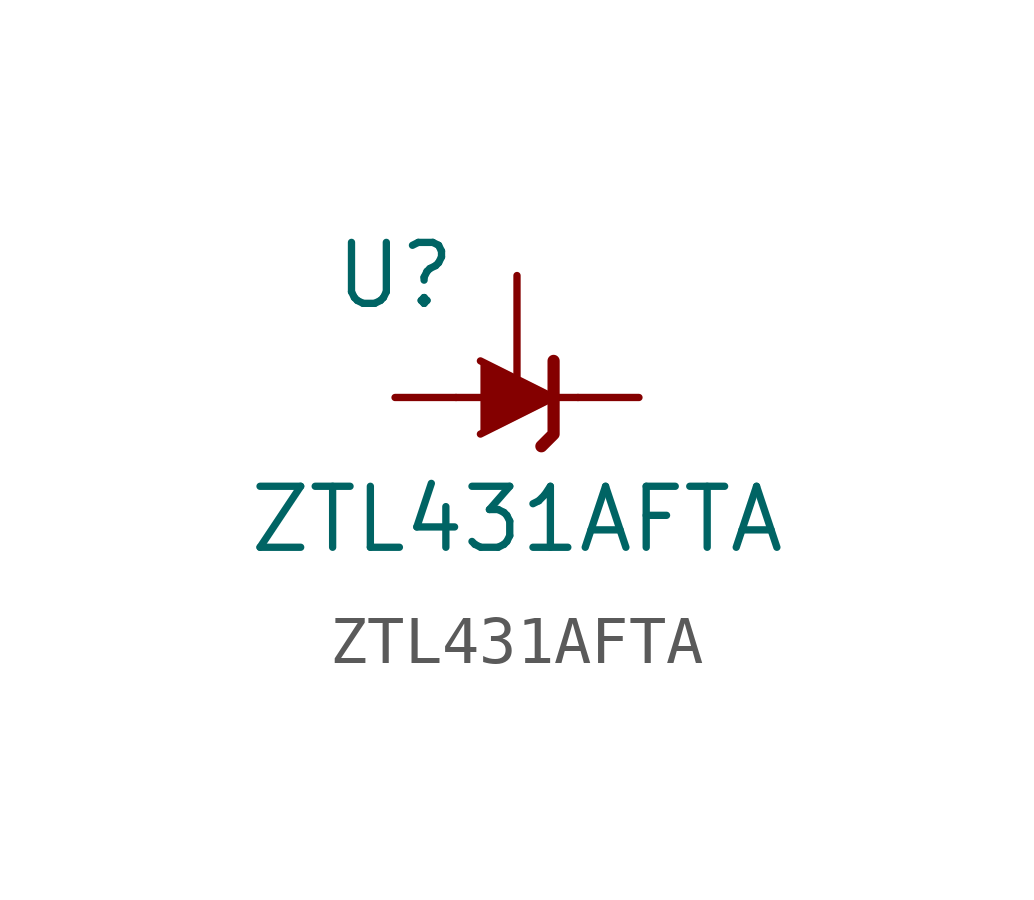
<source format=kicad_sym>
(kicad_symbol_lib
  (version 20220914)
  (generator kicad_symbol_editor)
  (symbol "ZTL431AFTA"
    (pin_numbers hide)
    (pin_names hide)
    (property "Reference" "U"
      (at -2.54 2.54 0)
      (effects (font (size 1.27 1.27))))
    (property "Value" "ZTL431AFTA"
      (at 0 -2.54 0)
      (effects (font (size 1.27 1.27))))
    (symbol "ZTL431AFTA_0_1"
      (polyline (pts (xy -1.27 0) (xy 0 0) (xy 1.27 0)) (stroke (width 0) (type default)) (fill (type none)))
      (polyline (pts (xy -0.762 0.762) (xy 0.762 0) (xy -0.762 -0.762)) (stroke (width 0) (type default)) (fill (type outline)))
      (polyline (pts (xy 0.508 -1.016) (xy 0.762 -0.762) (xy 0.762 0.762) (xy 0.762 0.762)) (stroke (width 0.254) (type default)) (fill (type none))))
    (symbol "ZTL431AFTA_1_1"
      (pin passive line (at -2.54 0 0) (length 1.27) (name "A" (effects (font (size 1.27 1.27)))) (number "1" (effects (font (size 1.27 1.27)))))
      (pin passive line (at 0 2.54 270) (length 2.54) (name "REF" (effects (font (size 1.27 1.27)))) (number "2" (effects (font (size 1.27 1.27)))))
      (pin passive line (at 2.54 0 180) (length 1.27) (name "K" (effects (font (size 1.27 1.27)))) (number "3" (effects (font (size 1.27 1.27))))))))
</source>
